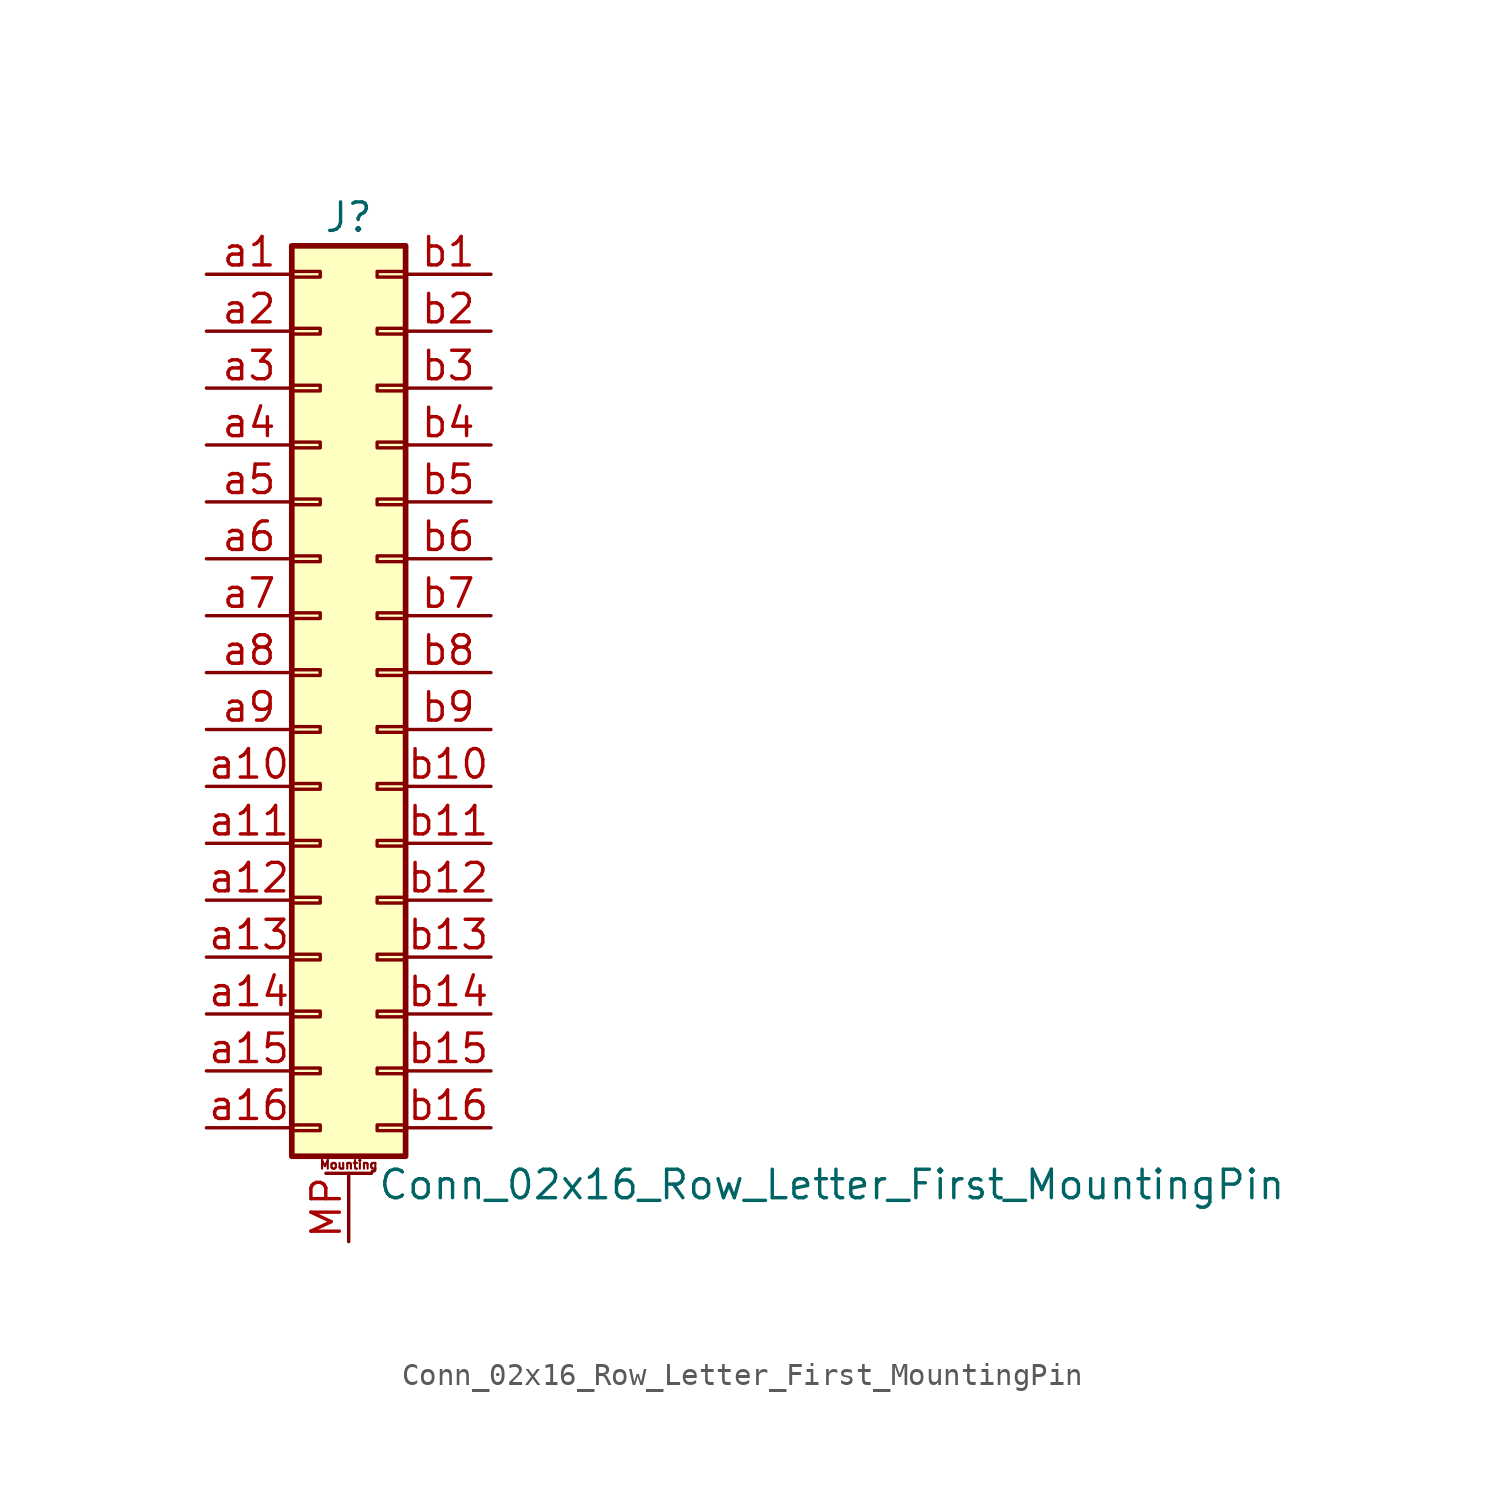
<source format=kicad_sym>
(kicad_symbol_lib
  (version 20211014)
  (generator kicad_symbol_editor)
  (symbol "Conn_02x16_Row_Letter_First_MountingPin"
    (pin_names
      (offset 1.016) hide)
    (property "Reference" "J"
      (at 1.27 20.32 0)
      (effects (font (size 1.27 1.27))))
    (property "Value" "Conn_02x16_Row_Letter_First_MountingPin"
      (at 2.54 -22.86 0)
      (effects (font (size 1.27 1.27)) (justify left)))
    (symbol "Conn_02x16_Row_Letter_First_MountingPin_1_1"
      (rectangle (start -1.27 -20.193) (end 0 -20.447) (stroke (width 0.152) (type default) (color 0 0 0 0)) (fill (type none)))
      (rectangle (start -1.27 -17.653) (end 0 -17.907) (stroke (width 0.152) (type default) (color 0 0 0 0)) (fill (type none)))
      (rectangle (start -1.27 -15.113) (end 0 -15.367) (stroke (width 0.152) (type default) (color 0 0 0 0)) (fill (type none)))
      (rectangle (start -1.27 -12.573) (end 0 -12.827) (stroke (width 0.152) (type default) (color 0 0 0 0)) (fill (type none)))
      (rectangle (start -1.27 -10.033) (end 0 -10.287) (stroke (width 0.152) (type default) (color 0 0 0 0)) (fill (type none)))
      (rectangle (start -1.27 -7.493) (end 0 -7.747) (stroke (width 0.152) (type default) (color 0 0 0 0)) (fill (type none)))
      (rectangle (start -1.27 -4.953) (end 0 -5.207) (stroke (width 0.152) (type default) (color 0 0 0 0)) (fill (type none)))
      (rectangle (start -1.27 -2.413) (end 0 -2.667) (stroke (width 0.152) (type default) (color 0 0 0 0)) (fill (type none)))
      (rectangle (start -1.27 0.127) (end 0 -0.127) (stroke (width 0.152) (type default) (color 0 0 0 0)) (fill (type none)))
      (rectangle (start -1.27 2.667) (end 0 2.413) (stroke (width 0.152) (type default) (color 0 0 0 0)) (fill (type none)))
      (rectangle (start -1.27 5.207) (end 0 4.953) (stroke (width 0.152) (type default) (color 0 0 0 0)) (fill (type none)))
      (rectangle (start -1.27 7.747) (end 0 7.493) (stroke (width 0.152) (type default) (color 0 0 0 0)) (fill (type none)))
      (rectangle (start -1.27 10.287) (end 0 10.033) (stroke (width 0.152) (type default) (color 0 0 0 0)) (fill (type none)))
      (rectangle (start -1.27 12.827) (end 0 12.573) (stroke (width 0.152) (type default) (color 0 0 0 0)) (fill (type none)))
      (rectangle (start -1.27 15.367) (end 0 15.113) (stroke (width 0.152) (type default) (color 0 0 0 0)) (fill (type none)))
      (rectangle (start -1.27 17.907) (end 0 17.653) (stroke (width 0.152) (type default) (color 0 0 0 0)) (fill (type none)))
      (rectangle (start -1.27 19.05) (end 3.81 -21.59) (stroke (width 0.254) (type default) (color 0 0 0 0)) (fill (type background)))
      (polyline (pts (xy 0.254 -22.352) (xy 2.286 -22.352)) (stroke (width 0.152) (type default) (color 0 0 0 0)) (fill (type none)))
      (rectangle (start 3.81 -20.193) (end 2.54 -20.447) (stroke (width 0.152) (type default) (color 0 0 0 0)) (fill (type none)))
      (rectangle (start 3.81 -17.653) (end 2.54 -17.907) (stroke (width 0.152) (type default) (color 0 0 0 0)) (fill (type none)))
      (rectangle (start 3.81 -15.113) (end 2.54 -15.367) (stroke (width 0.152) (type default) (color 0 0 0 0)) (fill (type none)))
      (rectangle (start 3.81 -12.573) (end 2.54 -12.827) (stroke (width 0.152) (type default) (color 0 0 0 0)) (fill (type none)))
      (rectangle (start 3.81 -10.033) (end 2.54 -10.287) (stroke (width 0.152) (type default) (color 0 0 0 0)) (fill (type none)))
      (rectangle (start 3.81 -7.493) (end 2.54 -7.747) (stroke (width 0.152) (type default) (color 0 0 0 0)) (fill (type none)))
      (rectangle (start 3.81 -4.953) (end 2.54 -5.207) (stroke (width 0.152) (type default) (color 0 0 0 0)) (fill (type none)))
      (rectangle (start 3.81 -2.413) (end 2.54 -2.667) (stroke (width 0.152) (type default) (color 0 0 0 0)) (fill (type none)))
      (rectangle (start 3.81 0.127) (end 2.54 -0.127) (stroke (width 0.152) (type default) (color 0 0 0 0)) (fill (type none)))
      (rectangle (start 3.81 2.667) (end 2.54 2.413) (stroke (width 0.152) (type default) (color 0 0 0 0)) (fill (type none)))
      (rectangle (start 3.81 5.207) (end 2.54 4.953) (stroke (width 0.152) (type default) (color 0 0 0 0)) (fill (type none)))
      (rectangle (start 3.81 7.747) (end 2.54 7.493) (stroke (width 0.152) (type default) (color 0 0 0 0)) (fill (type none)))
      (rectangle (start 3.81 10.287) (end 2.54 10.033) (stroke (width 0.152) (type default) (color 0 0 0 0)) (fill (type none)))
      (rectangle (start 3.81 12.827) (end 2.54 12.573) (stroke (width 0.152) (type default) (color 0 0 0 0)) (fill (type none)))
      (rectangle (start 3.81 15.367) (end 2.54 15.113) (stroke (width 0.152) (type default) (color 0 0 0 0)) (fill (type none)))
      (rectangle (start 3.81 17.907) (end 2.54 17.653) (stroke (width 0.152) (type default) (color 0 0 0 0)) (fill (type none)))
      (text "Mounting" (at 1.27 -21.971 0) (effects (font (size 0.381 0.381))))
      (pin passive line (at 1.27 -25.4 90) (length 3.048) (name "MountPin" (effects (font (size 1.27 1.27)))) (number "MP" (effects (font (size 1.27 1.27)))))
      (pin passive line (at -5.08 17.78 0) (length 3.81) (name "Pin_a1" (effects (font (size 1.27 1.27)))) (number "a1" (effects (font (size 1.27 1.27)))))
      (pin passive line (at -5.08 -5.08 0) (length 3.81) (name "Pin_a10" (effects (font (size 1.27 1.27)))) (number "a10" (effects (font (size 1.27 1.27)))))
      (pin passive line (at -5.08 -7.62 0) (length 3.81) (name "Pin_a11" (effects (font (size 1.27 1.27)))) (number "a11" (effects (font (size 1.27 1.27)))))
      (pin passive line (at -5.08 -10.16 0) (length 3.81) (name "Pin_a12" (effects (font (size 1.27 1.27)))) (number "a12" (effects (font (size 1.27 1.27)))))
      (pin passive line (at -5.08 -12.7 0) (length 3.81) (name "Pin_a13" (effects (font (size 1.27 1.27)))) (number "a13" (effects (font (size 1.27 1.27)))))
      (pin passive line (at -5.08 -15.24 0) (length 3.81) (name "Pin_a14" (effects (font (size 1.27 1.27)))) (number "a14" (effects (font (size 1.27 1.27)))))
      (pin passive line (at -5.08 -17.78 0) (length 3.81) (name "Pin_a15" (effects (font (size 1.27 1.27)))) (number "a15" (effects (font (size 1.27 1.27)))))
      (pin passive line (at -5.08 -20.32 0) (length 3.81) (name "Pin_a16" (effects (font (size 1.27 1.27)))) (number "a16" (effects (font (size 1.27 1.27)))))
      (pin passive line (at -5.08 15.24 0) (length 3.81) (name "Pin_a2" (effects (font (size 1.27 1.27)))) (number "a2" (effects (font (size 1.27 1.27)))))
      (pin passive line (at -5.08 12.7 0) (length 3.81) (name "Pin_a3" (effects (font (size 1.27 1.27)))) (number "a3" (effects (font (size 1.27 1.27)))))
      (pin passive line (at -5.08 10.16 0) (length 3.81) (name "Pin_a4" (effects (font (size 1.27 1.27)))) (number "a4" (effects (font (size 1.27 1.27)))))
      (pin passive line (at -5.08 7.62 0) (length 3.81) (name "Pin_a5" (effects (font (size 1.27 1.27)))) (number "a5" (effects (font (size 1.27 1.27)))))
      (pin passive line (at -5.08 5.08 0) (length 3.81) (name "Pin_a6" (effects (font (size 1.27 1.27)))) (number "a6" (effects (font (size 1.27 1.27)))))
      (pin passive line (at -5.08 2.54 0) (length 3.81) (name "Pin_a7" (effects (font (size 1.27 1.27)))) (number "a7" (effects (font (size 1.27 1.27)))))
      (pin passive line (at -5.08 0 0) (length 3.81) (name "Pin_a8" (effects (font (size 1.27 1.27)))) (number "a8" (effects (font (size 1.27 1.27)))))
      (pin passive line (at -5.08 -2.54 0) (length 3.81) (name "Pin_a9" (effects (font (size 1.27 1.27)))) (number "a9" (effects (font (size 1.27 1.27)))))
      (pin passive line (at 7.62 17.78 180) (length 3.81) (name "Pin_b1" (effects (font (size 1.27 1.27)))) (number "b1" (effects (font (size 1.27 1.27)))))
      (pin passive line (at 7.62 -5.08 180) (length 3.81) (name "Pin_b10" (effects (font (size 1.27 1.27)))) (number "b10" (effects (font (size 1.27 1.27)))))
      (pin passive line (at 7.62 -7.62 180) (length 3.81) (name "Pin_b11" (effects (font (size 1.27 1.27)))) (number "b11" (effects (font (size 1.27 1.27)))))
      (pin passive line (at 7.62 -10.16 180) (length 3.81) (name "Pin_b12" (effects (font (size 1.27 1.27)))) (number "b12" (effects (font (size 1.27 1.27)))))
      (pin passive line (at 7.62 -12.7 180) (length 3.81) (name "Pin_b13" (effects (font (size 1.27 1.27)))) (number "b13" (effects (font (size 1.27 1.27)))))
      (pin passive line (at 7.62 -15.24 180) (length 3.81) (name "Pin_b14" (effects (font (size 1.27 1.27)))) (number "b14" (effects (font (size 1.27 1.27)))))
      (pin passive line (at 7.62 -17.78 180) (length 3.81) (name "Pin_b15" (effects (font (size 1.27 1.27)))) (number "b15" (effects (font (size 1.27 1.27)))))
      (pin passive line (at 7.62 -20.32 180) (length 3.81) (name "Pin_b16" (effects (font (size 1.27 1.27)))) (number "b16" (effects (font (size 1.27 1.27)))))
      (pin passive line (at 7.62 15.24 180) (length 3.81) (name "Pin_b2" (effects (font (size 1.27 1.27)))) (number "b2" (effects (font (size 1.27 1.27)))))
      (pin passive line (at 7.62 12.7 180) (length 3.81) (name "Pin_b3" (effects (font (size 1.27 1.27)))) (number "b3" (effects (font (size 1.27 1.27)))))
      (pin passive line (at 7.62 10.16 180) (length 3.81) (name "Pin_b4" (effects (font (size 1.27 1.27)))) (number "b4" (effects (font (size 1.27 1.27)))))
      (pin passive line (at 7.62 7.62 180) (length 3.81) (name "Pin_b5" (effects (font (size 1.27 1.27)))) (number "b5" (effects (font (size 1.27 1.27)))))
      (pin passive line (at 7.62 5.08 180) (length 3.81) (name "Pin_b6" (effects (font (size 1.27 1.27)))) (number "b6" (effects (font (size 1.27 1.27)))))
      (pin passive line (at 7.62 2.54 180) (length 3.81) (name "Pin_b7" (effects (font (size 1.27 1.27)))) (number "b7" (effects (font (size 1.27 1.27)))))
      (pin passive line (at 7.62 0 180) (length 3.81) (name "Pin_b8" (effects (font (size 1.27 1.27)))) (number "b8" (effects (font (size 1.27 1.27)))))
      (pin passive line (at 7.62 -2.54 180) (length 3.81) (name "Pin_b9" (effects (font (size 1.27 1.27)))) (number "b9" (effects (font (size 1.27 1.27))))))))
</source>
